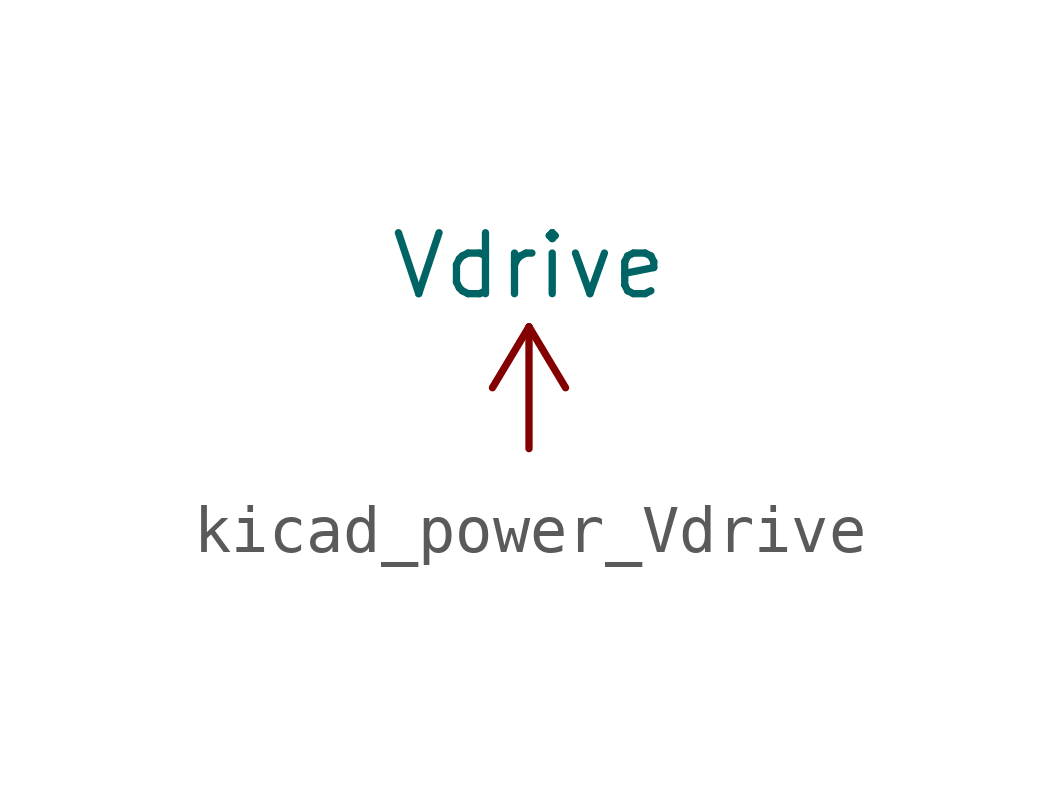
<source format=kicad_sym>
(kicad_symbol_lib
  (version 20220914)
  (generator kicad_symbol_editor)
  (symbol "kicad_power_Vdrive"
    (power)
    (pin_names
      (offset 0))
    (property "Reference" "#PWR"
      (at -5.08 -3.81 0)
      (effects (font (size 1.27 1.27)) hide))
    (property "Value" "Vdrive"
      (at 0 3.81 0)
      (effects (font (size 1.27 1.27))))
    (symbol "kicad_power_Vdrive_0_1"
      (polyline (pts (xy -0.762 1.27) (xy 0 2.54)) (stroke (width 0) (type default)) (fill (type none)))
      (polyline (pts (xy 0 0) (xy 0 2.54)) (stroke (width 0) (type default)) (fill (type none)))
      (polyline (pts (xy 0 2.54) (xy 0.762 1.27)) (stroke (width 0) (type default)) (fill (type none))))
    (symbol "kicad_power_Vdrive_1_1"
      (pin power_in line (at 0 0 90) (length 0) hide (name "Vdrive" (effects (font (size 1.27 1.27)))) (number "1" (effects (font (size 1.27 1.27))))))))
</source>
